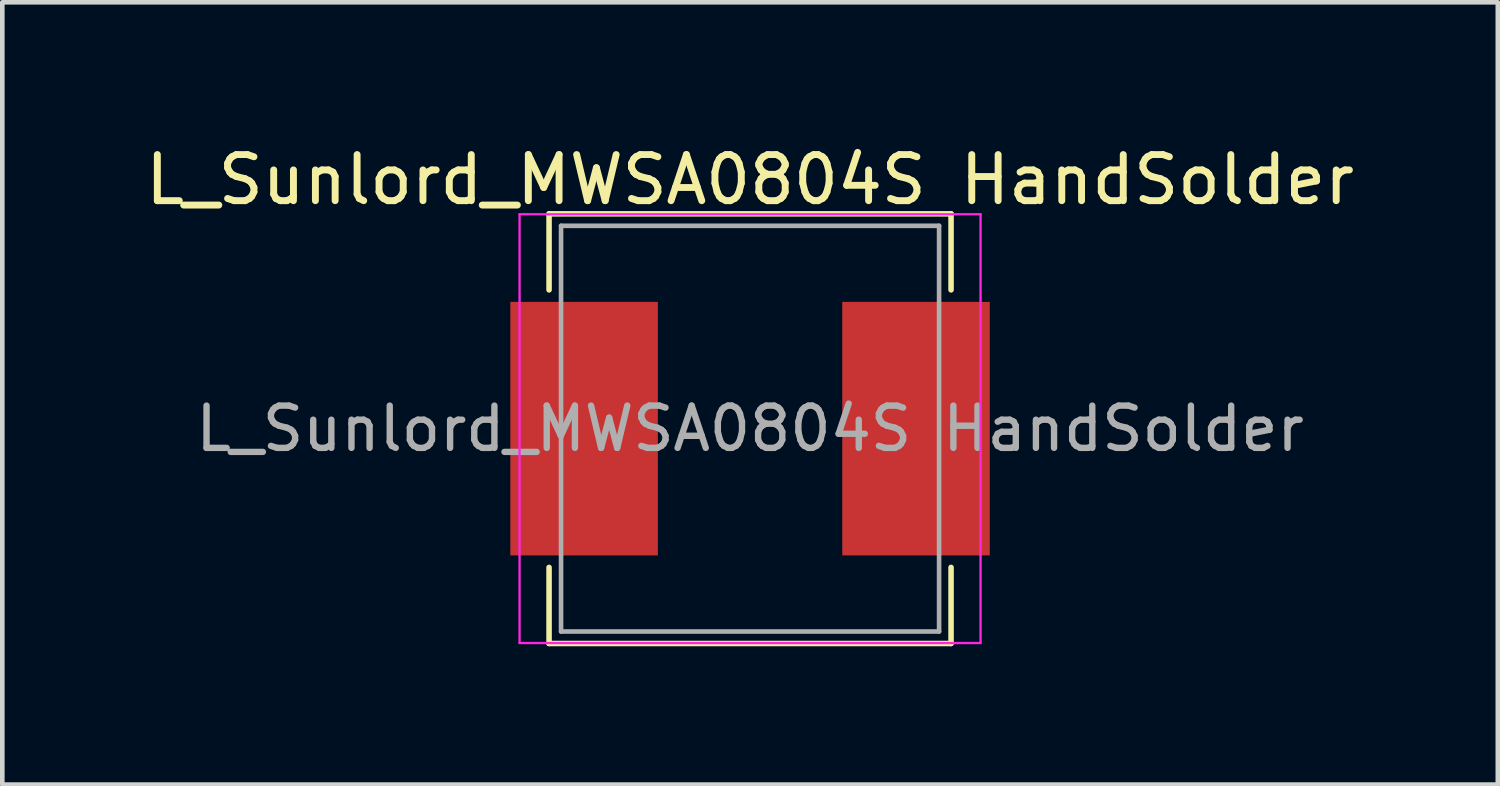
<source format=kicad_pcb>
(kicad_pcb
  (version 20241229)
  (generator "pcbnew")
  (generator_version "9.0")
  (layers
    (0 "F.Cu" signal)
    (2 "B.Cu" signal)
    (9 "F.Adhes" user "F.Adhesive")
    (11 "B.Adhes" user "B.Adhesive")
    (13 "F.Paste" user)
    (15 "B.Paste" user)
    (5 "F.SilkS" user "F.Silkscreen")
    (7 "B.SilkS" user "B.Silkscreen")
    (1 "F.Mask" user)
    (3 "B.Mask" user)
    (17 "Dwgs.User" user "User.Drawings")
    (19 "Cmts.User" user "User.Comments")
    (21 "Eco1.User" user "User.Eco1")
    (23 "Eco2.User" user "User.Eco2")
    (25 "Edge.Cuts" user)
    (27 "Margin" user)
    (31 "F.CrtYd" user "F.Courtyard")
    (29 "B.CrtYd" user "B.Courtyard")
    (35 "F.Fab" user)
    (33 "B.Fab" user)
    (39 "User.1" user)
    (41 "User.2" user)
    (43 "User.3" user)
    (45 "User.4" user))
  (footprint "L_Sunlord_MWSA0804S HandSolder"
    (layer "F.Cu")
    (at 13.22 6.248)
    (property "Reference" "L_Sunlord_MWSA0804S HandSolder" (at 0 -5.4 0) (layer "F.SilkS") (effects (font (size 1 1) (thickness 0.15))))
    (attr smd)
    (fp_line (start -4.36 -4.66) (end -4.36 -3.01) (stroke (width 0.12) (type solid)) (layer "F.SilkS"))
    (fp_line (start -4.36 -4.66) (end 4.36 -4.66) (stroke (width 0.12) (type solid)) (layer "F.SilkS"))
    (fp_line (start -4.36 4.66) (end -4.36 3.01) (stroke (width 0.12) (type solid)) (layer "F.SilkS"))
    (fp_line (start -4.36 4.66) (end 4.36 4.66) (stroke (width 0.12) (type solid)) (layer "F.SilkS"))
    (fp_line (start 4.36 -4.66) (end 4.36 -3.01) (stroke (width 0.12) (type solid)) (layer "F.SilkS"))
    (fp_line (start 4.36 4.66) (end 4.36 3.01) (stroke (width 0.12) (type solid)) (layer "F.SilkS"))
    (fp_line (start -5 -4.65) (end -5 4.65) (stroke (width 0.05) (type solid)) (layer "F.CrtYd"))
    (fp_line (start -5 4.65) (end 5 4.65) (stroke (width 0.05) (type solid)) (layer "F.CrtYd"))
    (fp_line (start 5 -4.65) (end -5 -4.65) (stroke (width 0.05) (type solid)) (layer "F.CrtYd"))
    (fp_line (start 5 4.65) (end 5 -4.65) (stroke (width 0.05) (type solid)) (layer "F.CrtYd"))
    (fp_line (start -4.1 -4.4) (end -4.1 4.4) (stroke (width 0.1) (type solid)) (layer "F.Fab"))
    (fp_line (start -4.1 4.4) (end 4.1 4.4) (stroke (width 0.1) (type solid)) (layer "F.Fab"))
    (fp_line (start 4.1 -4.4) (end -4.1 -4.4) (stroke (width 0.1) (type solid)) (layer "F.Fab"))
    (fp_line (start 4.1 4.4) (end 4.1 -4.4) (stroke (width 0.1) (type solid)) (layer "F.Fab"))
    (fp_text user "${REFERENCE}" (at 0 0 0) (layer "F.Fab") (effects (font (size 0.917 0.917) (thickness 0.138))))
    (pad "1" smd rect (at -3.6 0) (size 3.2 5.5) (layers "F.Cu" "F.Mask" "F.Paste"))
    (pad "2" smd rect (at 3.6 0) (size 3.2 5.5) (layers "F.Cu" "F.Mask" "F.Paste")))
  (gr_rect
    (start -3 -3)
    (end 29.44 13.968)
    (stroke (width 0.1) (type default))
    (fill no)
    (layer "Edge.Cuts")))
</source>
